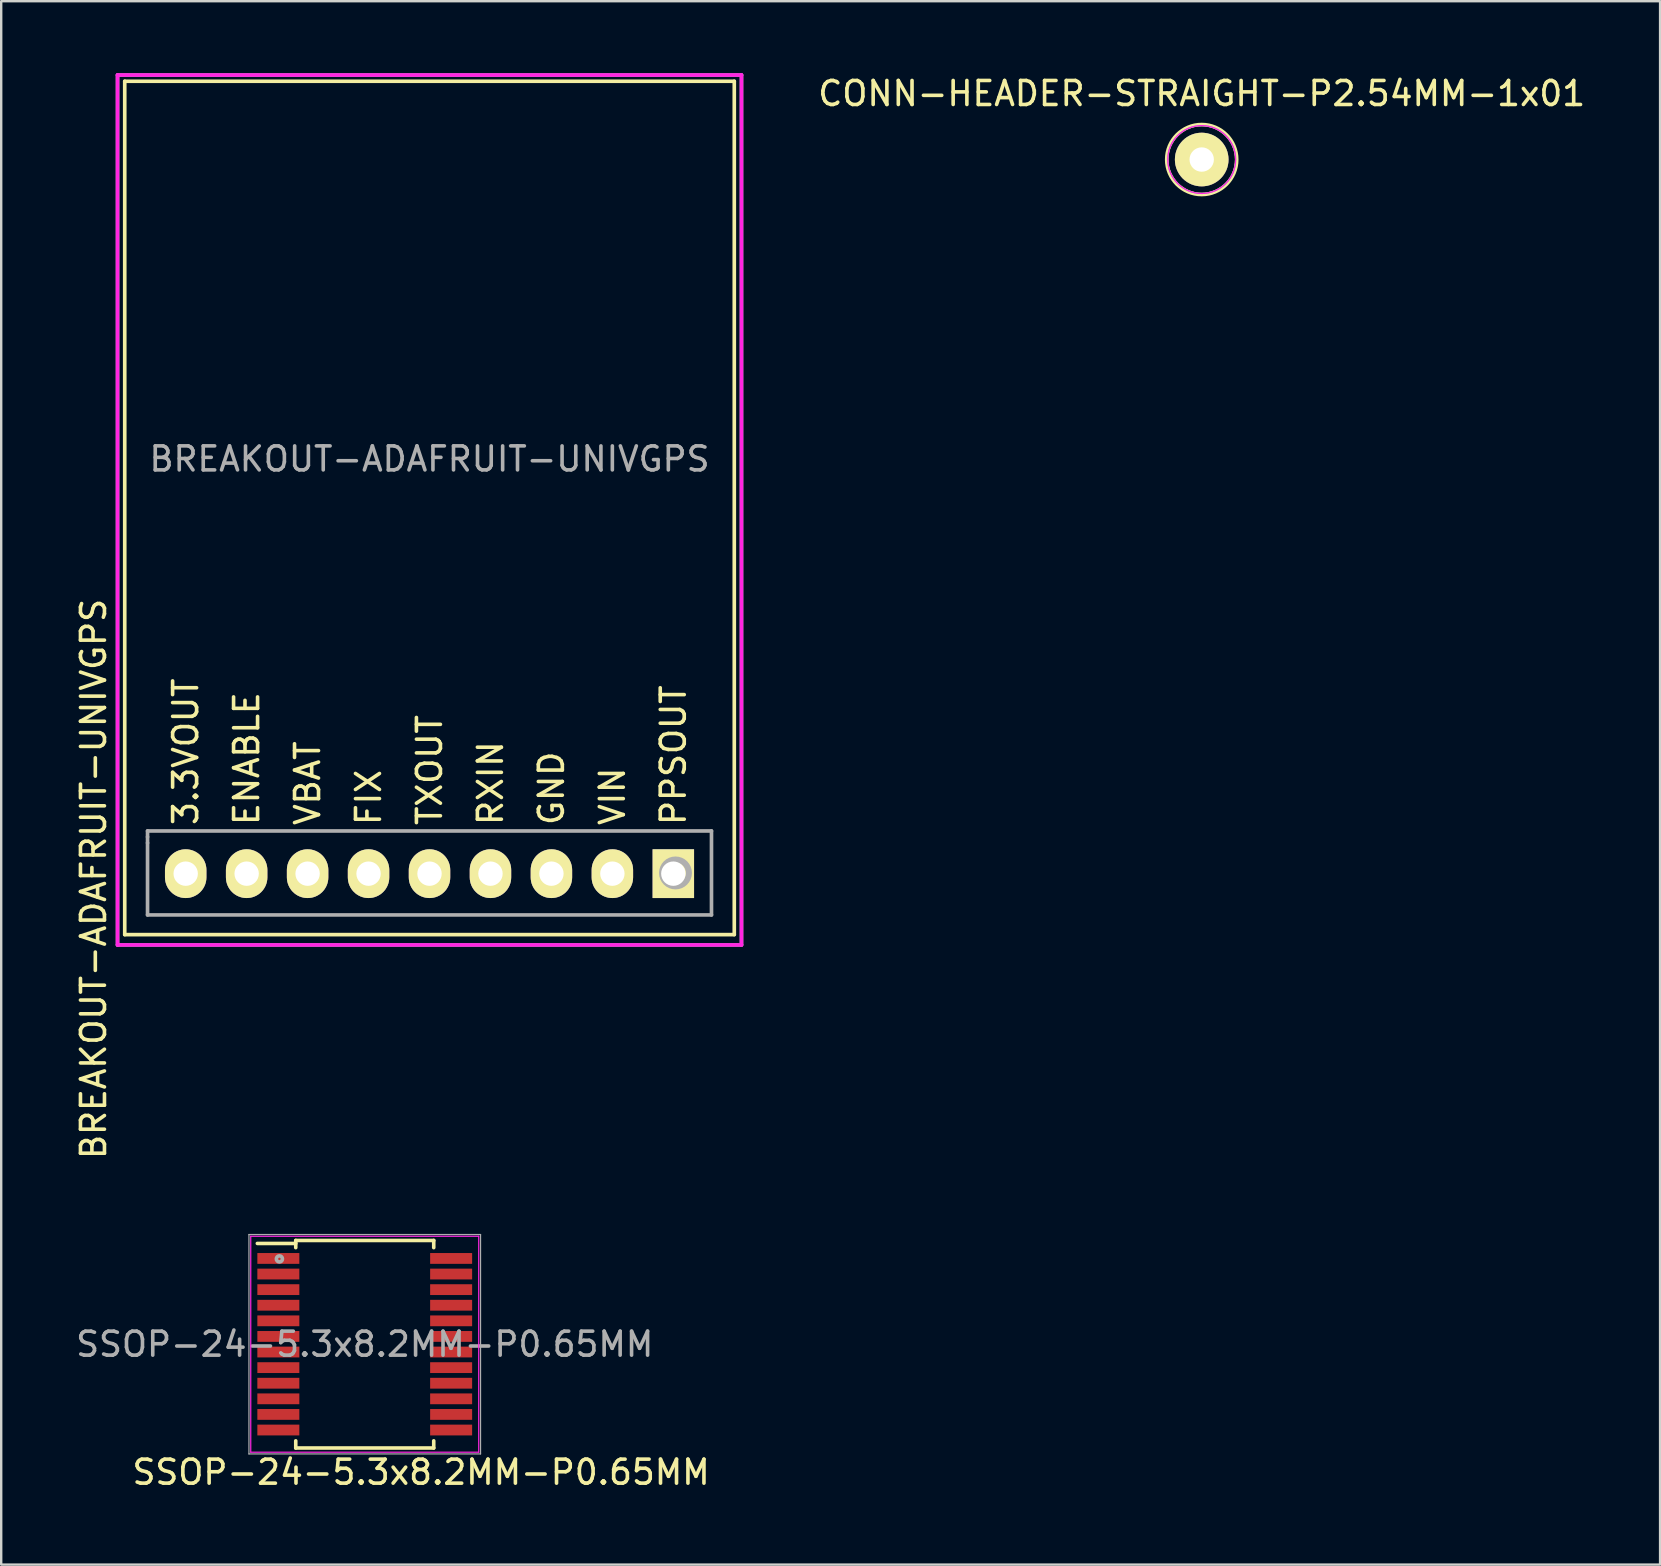
<source format=kicad_pcb>
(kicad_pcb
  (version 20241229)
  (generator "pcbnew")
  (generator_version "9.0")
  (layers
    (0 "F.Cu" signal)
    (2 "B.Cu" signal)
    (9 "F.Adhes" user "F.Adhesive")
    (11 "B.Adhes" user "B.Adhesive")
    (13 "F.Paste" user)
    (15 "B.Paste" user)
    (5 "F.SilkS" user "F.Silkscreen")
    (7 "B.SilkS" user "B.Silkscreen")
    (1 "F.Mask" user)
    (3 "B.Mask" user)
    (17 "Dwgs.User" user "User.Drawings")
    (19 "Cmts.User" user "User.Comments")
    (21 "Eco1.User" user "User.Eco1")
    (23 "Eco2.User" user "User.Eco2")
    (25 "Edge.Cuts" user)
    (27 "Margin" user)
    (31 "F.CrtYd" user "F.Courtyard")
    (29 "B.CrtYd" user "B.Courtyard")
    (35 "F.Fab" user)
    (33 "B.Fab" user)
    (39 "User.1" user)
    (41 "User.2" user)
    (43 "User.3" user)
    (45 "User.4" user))
  (footprint "BREAKOUT-ADAFRUIT-UNIVGPS"
    (layer "F.Cu")
    (at 14.848 15.576)
    (property "Reference" "BREAKOUT-ADAFRUIT-UNIVGPS" (at 0 0.5 0) (layer "F.Fab") (effects (font (size 1 1) (thickness 0.15))))
    (attr through_hole)
    (fp_line (start -12.7 -15.24) (end -12.7 20.32) (stroke (width 0.152) (type solid)) (layer "F.SilkS"))
    (fp_line (start -12.7 20.32) (end 12.7 20.32) (stroke (width 0.152) (type solid)) (layer "F.SilkS"))
    (fp_line (start 12.7 -15.24) (end -12.7 -15.24) (stroke (width 0.152) (type solid)) (layer "F.SilkS"))
    (fp_line (start 12.7 20.32) (end 12.7 -15.24) (stroke (width 0.152) (type solid)) (layer "F.SilkS"))
    (fp_line (start -13 -15.5) (end -13 20.75) (stroke (width 0.152) (type solid)) (layer "F.CrtYd"))
    (fp_line (start -13 20.75) (end 13 20.75) (stroke (width 0.152) (type solid)) (layer "F.CrtYd"))
    (fp_line (start 13 -15.5) (end -13 -15.5) (stroke (width 0.152) (type solid)) (layer "F.CrtYd"))
    (fp_line (start 13 20.75) (end 13 -15.5) (stroke (width 0.152) (type solid)) (layer "F.CrtYd"))
    (fp_line (start -13 -15.5) (end -13 20.75) (stroke (width 0.152) (type solid)) (layer "F.Fab"))
    (fp_line (start -13 20.75) (end 13 20.75) (stroke (width 0.152) (type solid)) (layer "F.Fab"))
    (fp_line (start -11.75 16) (end -11.75 16.25) (stroke (width 0.152) (type solid)) (layer "F.Fab"))
    (fp_line (start -11.75 16.25) (end -11.75 16.5) (stroke (width 0.152) (type solid)) (layer "F.Fab"))
    (fp_line (start -11.75 16.5) (end -11.75 19.5) (stroke (width 0.152) (type solid)) (layer "F.Fab"))
    (fp_line (start -11.75 19.5) (end 11.75 19.5) (stroke (width 0.152) (type solid)) (layer "F.Fab"))
    (fp_line (start 11.75 16) (end -11.75 16) (stroke (width 0.152) (type solid)) (layer "F.Fab"))
    (fp_line (start 11.75 19.5) (end 11.75 16) (stroke (width 0.152) (type solid)) (layer "F.Fab"))
    (fp_line (start 13 -15.5) (end -13 -15.5) (stroke (width 0.152) (type solid)) (layer "F.Fab"))
    (fp_line (start 13 20.75) (end 13 -15.5) (stroke (width 0.152) (type solid)) (layer "F.Fab"))
    (fp_circle (center 10.25 17.75) (end 10.5 18.25) (stroke (width 0.254) (type solid)) (fill no) (layer "F.Fab"))
    (fp_text user "ENABLE" (at -7.62 12.986 90) (layer "F.SilkS") (effects (font (size 1 1) (thickness 0.15))))
    (fp_text user "PPSOUT" (at 10.16 12.843 90) (layer "F.SilkS") (effects (font (size 1 1) (thickness 0.15))))
    (fp_text user "VBAT" (at -5.08 14.01 90) (layer "F.SilkS") (effects (font (size 1 1) (thickness 0.15))))
    (fp_text user "3.3VOUT" (at -10.16 12.7 90) (layer "F.SilkS") (effects (font (size 1 1) (thickness 0.15))))
    (fp_text user "RXIN" (at 2.54 14.01 90) (layer "F.SilkS") (effects (font (size 1 1) (thickness 0.15))))
    (fp_text user "VIN" (at 7.62 14.557 90) (layer "F.SilkS") (effects (font (size 1 1) (thickness 0.15))))
    (fp_text user "TXOUT" (at 0 13.462 90) (layer "F.SilkS") (effects (font (size 1 1) (thickness 0.15))))
    (fp_text user "${REFERENCE}" (at -14 18 90) (layer "F.SilkS") (effects (font (size 1 1) (thickness 0.15))))
    (fp_text user "GND" (at 5.08 14.224 90) (layer "F.SilkS") (effects (font (size 1 1) (thickness 0.15))))
    (fp_text user "FIX" (at -2.54 14.605 90) (layer "F.SilkS") (effects (font (size 1 1) (thickness 0.15))))
    (pad "1" thru_hole rect (at 10.16 17.78 180) (size 1.727 2.032) (drill 1.016) (layers "*.Cu" "*.Mask" "F.SilkS"))
    (pad "2" thru_hole oval (at 7.62 17.78 180) (size 1.727 2.032) (drill 1.016) (layers "*.Cu" "*.Mask" "F.SilkS"))
    (pad "3" thru_hole oval (at 5.08 17.78 180) (size 1.727 2.032) (drill 1.016) (layers "*.Cu" "*.Mask" "F.SilkS"))
    (pad "4" thru_hole oval (at 2.54 17.78 180) (size 1.727 2.032) (drill 1.016) (layers "*.Cu" "*.Mask" "F.SilkS"))
    (pad "5" thru_hole oval (at 0 17.78 180) (size 1.727 2.032) (drill 1.016) (layers "*.Cu" "*.Mask" "F.SilkS"))
    (pad "6" thru_hole oval (at -2.54 17.78 180) (size 1.727 2.032) (drill 1.016) (layers "*.Cu" "*.Mask" "F.SilkS"))
    (pad "7" thru_hole oval (at -5.08 17.78 180) (size 1.727 2.032) (drill 1.016) (layers "*.Cu" "*.Mask" "F.SilkS"))
    (pad "8" thru_hole oval (at -7.62 17.78 180) (size 1.727 2.032) (drill 1.016) (layers "*.Cu" "*.Mask" "F.SilkS"))
    (pad "9" thru_hole oval (at -10.16 17.78 180) (size 1.727 2.032) (drill 1.016) (layers "*.Cu" "*.Mask" "F.SilkS")))
  (footprint "SSOP-24-5.3x8.2MM-P0.65MM"
    (layer "F.Cu")
    (at 12.149 52.965)
    (property "Reference" "SSOP-24-5.3x8.2MM-P0.65MM" (at 0 0 0) (layer "F.Fab") (effects (font (size 1 1) (thickness 0.15))))
    (attr smd)
    (fp_line (start -2.875 -4.325) (end -2.875 -4.025) (stroke (width 0.15) (type solid)) (layer "F.SilkS"))
    (fp_line (start -2.875 -4.325) (end 2.875 -4.325) (stroke (width 0.15) (type solid)) (layer "F.SilkS"))
    (fp_line (start -2.875 -4.2) (end -4.475 -4.2) (stroke (width 0.15) (type solid)) (layer "F.SilkS"))
    (fp_line (start -2.875 4.325) (end -2.875 4.025) (stroke (width 0.15) (type solid)) (layer "F.SilkS"))
    (fp_line (start -2.875 4.325) (end 2.875 4.325) (stroke (width 0.15) (type solid)) (layer "F.SilkS"))
    (fp_line (start 2.875 -4.325) (end 2.875 -4.025) (stroke (width 0.15) (type solid)) (layer "F.SilkS"))
    (fp_line (start 2.875 4.325) (end 2.875 4.025) (stroke (width 0.15) (type solid)) (layer "F.SilkS"))
    (fp_line (start -4.75 -4.5) (end -4.75 4.5) (stroke (width 0.05) (type solid)) (layer "F.CrtYd"))
    (fp_line (start -4.75 -4.5) (end 4.75 -4.5) (stroke (width 0.05) (type solid)) (layer "F.CrtYd"))
    (fp_line (start -4.75 4.5) (end 4.75 4.5) (stroke (width 0.05) (type solid)) (layer "F.CrtYd"))
    (fp_line (start 4.75 -4.5) (end 4.75 4.5) (stroke (width 0.05) (type solid)) (layer "F.CrtYd"))
    (fp_line (start -4.826 -4.572) (end -4.826 4.572) (stroke (width 0.05) (type solid)) (layer "F.Fab"))
    (fp_line (start -4.826 4.572) (end 4.826 4.572) (stroke (width 0.05) (type solid)) (layer "F.Fab"))
    (fp_line (start 4.826 -4.572) (end -4.826 -4.572) (stroke (width 0.05) (type solid)) (layer "F.Fab"))
    (fp_line (start 4.826 4.572) (end 4.826 -4.572) (stroke (width 0.05) (type solid)) (layer "F.Fab"))
    (fp_circle (center -3.556 -3.556) (end -3.556 -3.429) (stroke (width 0.152) (type solid)) (fill no) (layer "F.Fab"))
    (fp_text user "${REFERENCE}" (at 2.349 5.334 180) (layer "F.SilkS") (effects (font (size 1 1) (thickness 0.15))))
    (pad "1" smd rect (at -3.6 -3.575) (size 1.75 0.45) (layers "F.Cu" "F.Mask" "F.Paste"))
    (pad "2" smd rect (at -3.6 -2.925) (size 1.75 0.45) (layers "F.Cu" "F.Mask" "F.Paste"))
    (pad "3" smd rect (at -3.6 -2.275) (size 1.75 0.45) (layers "F.Cu" "F.Mask" "F.Paste"))
    (pad "4" smd rect (at -3.6 -1.625) (size 1.75 0.45) (layers "F.Cu" "F.Mask" "F.Paste"))
    (pad "5" smd rect (at -3.6 -0.975) (size 1.75 0.45) (layers "F.Cu" "F.Mask" "F.Paste"))
    (pad "6" smd rect (at -3.6 -0.325) (size 1.75 0.45) (layers "F.Cu" "F.Mask" "F.Paste"))
    (pad "7" smd rect (at -3.6 0.325) (size 1.75 0.45) (layers "F.Cu" "F.Mask" "F.Paste"))
    (pad "8" smd rect (at -3.6 0.975) (size 1.75 0.45) (layers "F.Cu" "F.Mask" "F.Paste"))
    (pad "9" smd rect (at -3.6 1.625) (size 1.75 0.45) (layers "F.Cu" "F.Mask" "F.Paste"))
    (pad "10" smd rect (at -3.6 2.275) (size 1.75 0.45) (layers "F.Cu" "F.Mask" "F.Paste"))
    (pad "11" smd rect (at -3.6 2.925) (size 1.75 0.45) (layers "F.Cu" "F.Mask" "F.Paste"))
    (pad "12" smd rect (at -3.6 3.575) (size 1.75 0.45) (layers "F.Cu" "F.Mask" "F.Paste"))
    (pad "13" smd rect (at 3.6 3.575) (size 1.75 0.45) (layers "F.Cu" "F.Mask" "F.Paste"))
    (pad "14" smd rect (at 3.6 2.925) (size 1.75 0.45) (layers "F.Cu" "F.Mask" "F.Paste"))
    (pad "15" smd rect (at 3.6 2.275) (size 1.75 0.45) (layers "F.Cu" "F.Mask" "F.Paste"))
    (pad "16" smd rect (at 3.6 1.625) (size 1.75 0.45) (layers "F.Cu" "F.Mask" "F.Paste"))
    (pad "17" smd rect (at 3.6 0.975) (size 1.75 0.45) (layers "F.Cu" "F.Mask" "F.Paste"))
    (pad "18" smd rect (at 3.6 0.325) (size 1.75 0.45) (layers "F.Cu" "F.Mask" "F.Paste"))
    (pad "19" smd rect (at 3.6 -0.325) (size 1.75 0.45) (layers "F.Cu" "F.Mask" "F.Paste"))
    (pad "20" smd rect (at 3.6 -0.975) (size 1.75 0.45) (layers "F.Cu" "F.Mask" "F.Paste"))
    (pad "21" smd rect (at 3.6 -1.625) (size 1.75 0.45) (layers "F.Cu" "F.Mask" "F.Paste"))
    (pad "22" smd rect (at 3.6 -2.275) (size 1.75 0.45) (layers "F.Cu" "F.Mask" "F.Paste"))
    (pad "23" smd rect (at 3.6 -2.925) (size 1.75 0.45) (layers "F.Cu" "F.Mask" "F.Paste"))
    (pad "24" smd rect (at 3.6 -3.575) (size 1.75 0.45) (layers "F.Cu" "F.Mask" "F.Paste")))
  (footprint "CONN-HEADER-STRAIGHT-P2.54MM-1x01"
    (layer "F.Cu")
    (at 47.026 3.598)
    (property "Reference" "CONN-HEADER-STRAIGHT-P2.54MM-1x01" (at 0 -2.75 0) (layer "F.SilkS") (effects (font (size 1 1) (thickness 0.15))))
    (attr through_hole)
    (fp_circle (center 0 0) (end 1.25 0.75) (stroke (width 0.152) (type solid)) (fill no) (layer "F.SilkS"))
    (fp_circle (center 0 0) (end 1 1) (stroke (width 0.051) (type solid)) (fill no) (layer "F.CrtYd"))
    (fp_circle (center 0 0) (end 1 1) (stroke (width 0.051) (type solid)) (fill no) (layer "F.Fab"))
    (pad "1" thru_hole circle (at 0 0) (size 2.235 2.235) (drill 1.016) (layers "*.Cu" "*.Mask" "F.SilkS")))
  (gr_rect
    (start -3 -3)
    (end 66.127 62.147)
    (stroke (width 0.1) (type default))
    (fill no)
    (layer "Edge.Cuts")))
</source>
